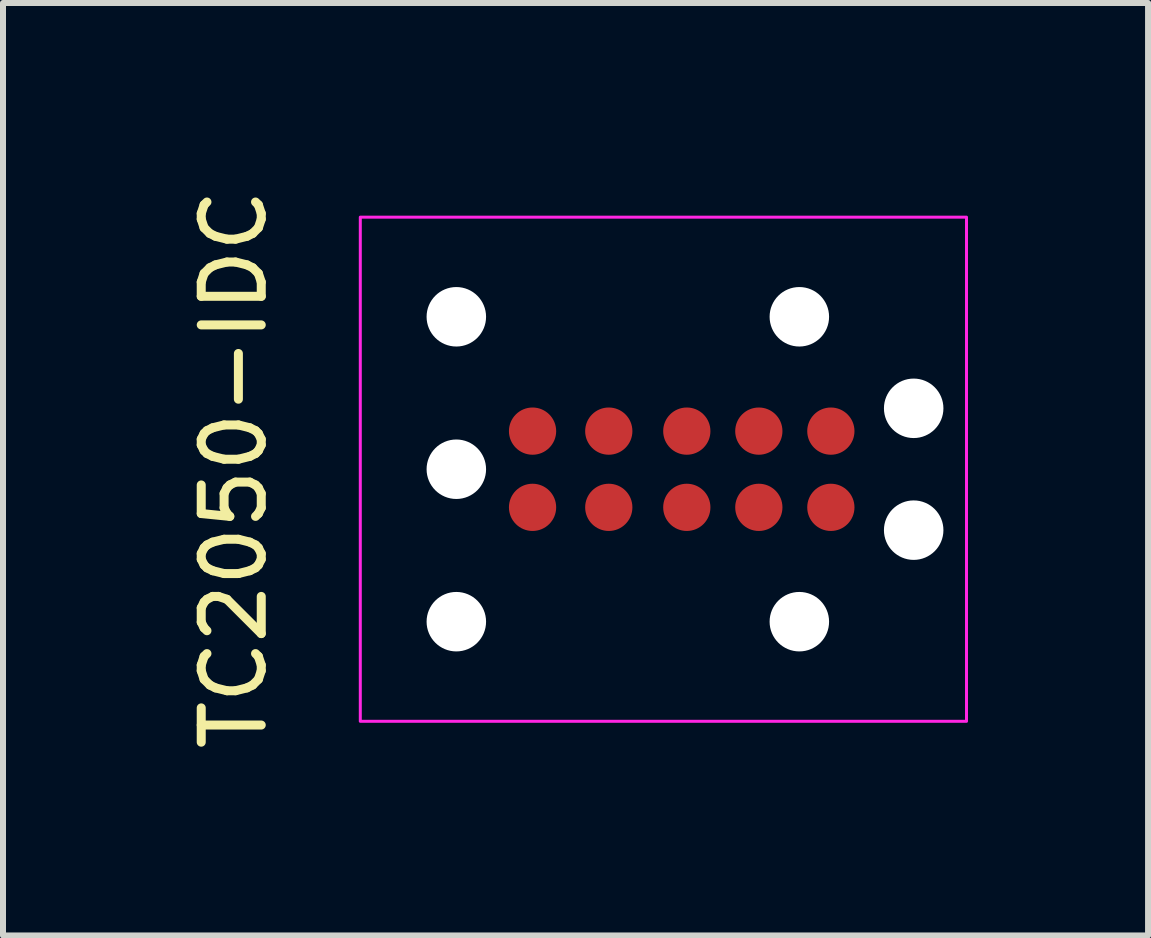
<source format=kicad_pcb>
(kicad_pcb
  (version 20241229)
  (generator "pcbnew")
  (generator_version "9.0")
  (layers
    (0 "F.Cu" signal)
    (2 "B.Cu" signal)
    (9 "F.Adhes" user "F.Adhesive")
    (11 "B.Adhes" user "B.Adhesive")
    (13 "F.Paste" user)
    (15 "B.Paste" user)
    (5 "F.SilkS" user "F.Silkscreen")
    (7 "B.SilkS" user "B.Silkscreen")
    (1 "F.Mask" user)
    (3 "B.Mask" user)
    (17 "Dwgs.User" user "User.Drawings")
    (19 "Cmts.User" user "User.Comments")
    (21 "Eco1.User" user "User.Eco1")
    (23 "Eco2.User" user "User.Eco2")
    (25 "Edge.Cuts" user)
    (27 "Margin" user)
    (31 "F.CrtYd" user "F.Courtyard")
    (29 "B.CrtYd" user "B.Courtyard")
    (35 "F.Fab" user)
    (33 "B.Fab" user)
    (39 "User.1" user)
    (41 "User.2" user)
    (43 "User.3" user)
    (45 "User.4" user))
  (footprint "TC2050-IDC"
    (layer "F.Cu")
    (at 4.553 4.768)
    (property "Reference" "TC2050-IDC" (at -3.705 0 90) (layer "F.SilkS") (effects (font (size 1 1) (thickness 0.15))))
    (attr smd)
    (fp_rect (start -1.6 -4.2) (end 8.5 4.2) (stroke (width 0.05) (type default)) (fill no) (layer "F.CrtYd"))
    (pad "" np_thru_hole circle (at 0 -2.54) (size 0.991 0.991) (drill 2.375) (layers "*.Cu"))
    (pad "" np_thru_hole circle (at 0 0) (size 0.991 0.991) (drill 0.991) (layers "*.Cu"))
    (pad "" np_thru_hole circle (at 0 2.54) (size 0.991 0.991) (drill 2.375) (layers "*.Cu"))
    (pad "" np_thru_hole circle (at 5.715 -2.54) (size 0.991 0.991) (drill 2.375) (layers "*.Cu"))
    (pad "" np_thru_hole circle (at 5.715 2.54) (size 0.991 0.991) (drill 2.375) (layers "*.Cu"))
    (pad "" np_thru_hole circle (at 7.62 -1.015) (size 0.991 0.991) (drill 0.991) (layers "*.Cu"))
    (pad "" np_thru_hole circle (at 7.62 1.015) (size 0.991 0.991) (drill 0.991) (layers "*.Cu"))
    (pad "1" smd circle (at 1.27 0.635) (size 0.787 0.787) (layers "F.Cu" "F.Mask"))
    (pad "2" smd circle (at 2.54 0.635) (size 0.787 0.787) (layers "F.Cu" "F.Mask"))
    (pad "3" smd circle (at 3.84 0.635) (size 0.787 0.787) (layers "F.Cu" "F.Mask"))
    (pad "4" smd circle (at 5.04 0.635) (size 0.787 0.787) (layers "F.Cu" "F.Mask"))
    (pad "5" smd circle (at 6.24 0.635) (size 0.787 0.787) (layers "F.Cu" "F.Mask"))
    (pad "6" smd circle (at 6.24 -0.635) (size 0.787 0.787) (layers "F.Cu" "F.Mask"))
    (pad "7" smd circle (at 5.04 -0.635) (size 0.787 0.787) (layers "F.Cu" "F.Mask"))
    (pad "8" smd circle (at 3.84 -0.635) (size 0.787 0.787) (layers "F.Cu" "F.Mask"))
    (pad "9" smd circle (at 2.54 -0.635) (size 0.787 0.787) (layers "F.Cu" "F.Mask"))
    (pad "10" smd circle (at 1.27 -0.635) (size 0.787 0.787) (layers "F.Cu" "F.Mask")))
  (gr_rect
    (start -3 -3)
    (end 16.078 12.536)
    (stroke (width 0.1) (type default))
    (fill no)
    (layer "Edge.Cuts")))
</source>
